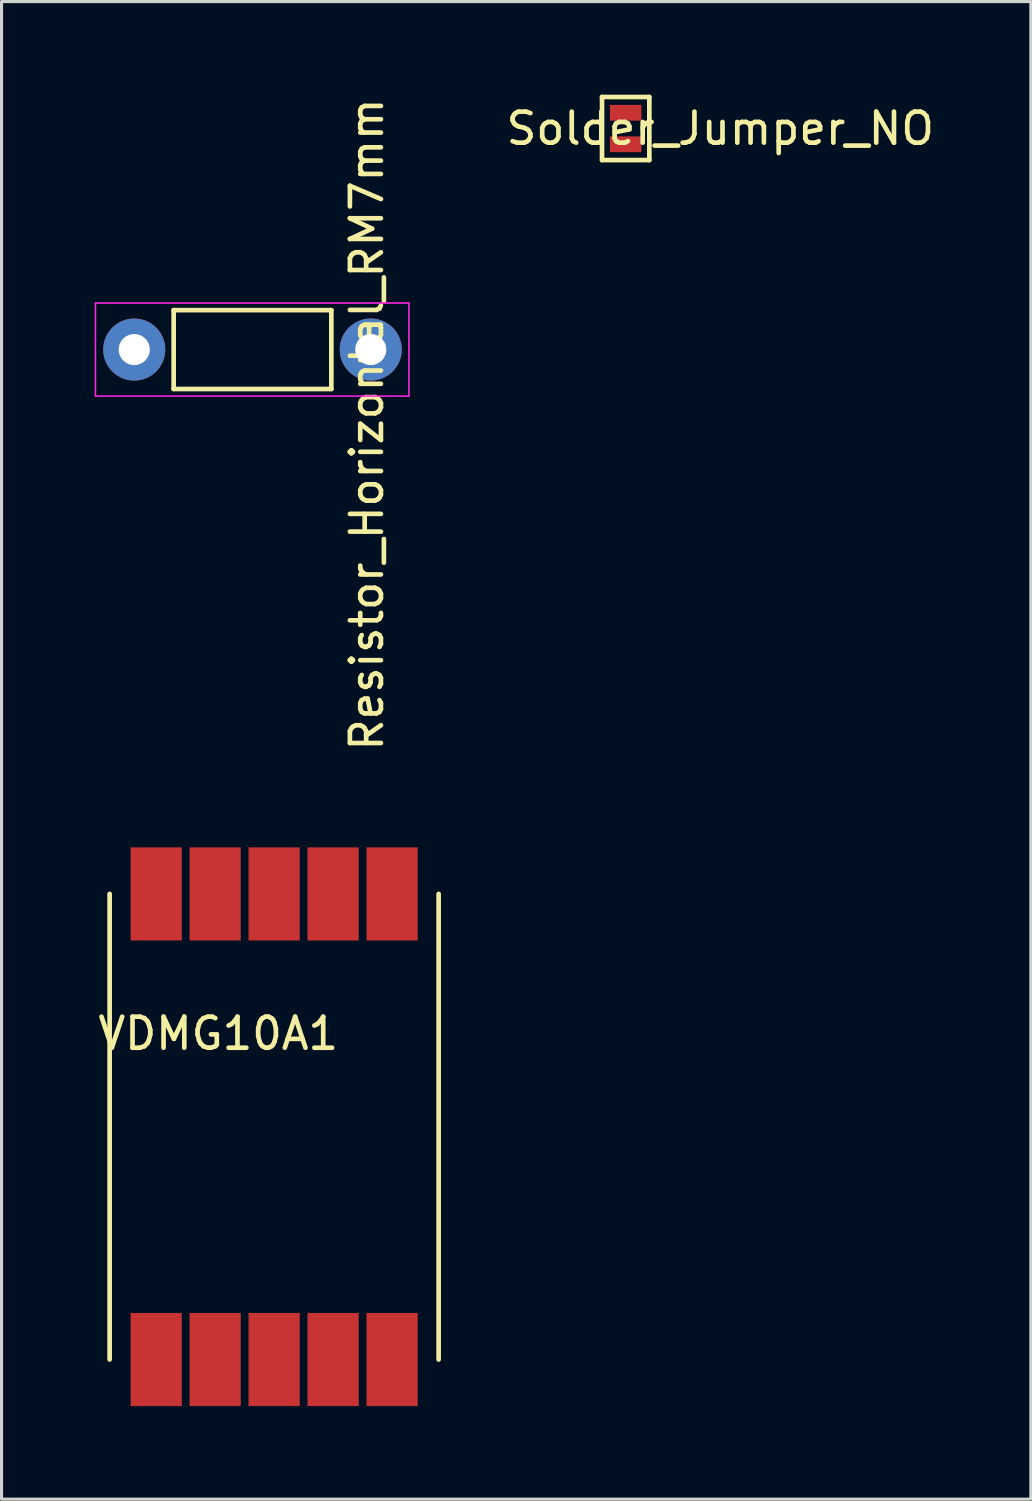
<source format=kicad_pcb>
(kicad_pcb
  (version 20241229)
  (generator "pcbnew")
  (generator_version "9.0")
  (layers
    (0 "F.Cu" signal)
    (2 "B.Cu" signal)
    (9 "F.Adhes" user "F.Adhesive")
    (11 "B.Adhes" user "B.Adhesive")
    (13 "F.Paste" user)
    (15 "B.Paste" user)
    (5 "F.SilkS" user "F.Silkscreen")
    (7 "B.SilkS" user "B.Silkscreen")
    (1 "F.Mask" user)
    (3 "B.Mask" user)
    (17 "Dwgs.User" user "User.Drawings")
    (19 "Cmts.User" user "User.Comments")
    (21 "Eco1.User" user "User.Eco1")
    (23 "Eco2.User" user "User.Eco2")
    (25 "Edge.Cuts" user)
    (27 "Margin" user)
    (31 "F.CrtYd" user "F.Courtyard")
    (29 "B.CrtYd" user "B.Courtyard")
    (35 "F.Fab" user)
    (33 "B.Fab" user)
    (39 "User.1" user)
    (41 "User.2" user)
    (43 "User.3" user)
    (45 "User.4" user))
  (footprint "VDMG10A1"
    (layer "F.Cu")
    (at 5.682 33.05)
    (property "Reference" "VDMG10A1" (at -1.7 -2.8 0) (layer "F.SilkS") (effects (font (size 1 1) (thickness 0.15))))
    (attr through_hole)
    (fp_line (start -5.2 7.7) (end -5.2 -7.3) (stroke (width 0.15) (type solid)) (layer "F.SilkS"))
    (fp_line (start 5.4 -7.3) (end 5.4 7.7) (stroke (width 0.15) (type solid)) (layer "F.SilkS"))
    (pad "1" smd rect (at -3.7 7.7) (size 1.65 3) (layers "F.Cu" "F.Mask" "F.Paste"))
    (pad "2" smd rect (at -1.8 7.7) (size 1.65 3) (layers "F.Cu" "F.Mask" "F.Paste"))
    (pad "3" smd rect (at 0.1 7.7) (size 1.65 3) (layers "F.Cu" "F.Mask" "F.Paste"))
    (pad "4" smd rect (at 2 7.7) (size 1.65 3) (layers "F.Cu" "F.Mask" "F.Paste"))
    (pad "5" smd rect (at 3.9 7.7) (size 1.65 3) (layers "F.Cu" "F.Mask" "F.Paste"))
    (pad "6" smd rect (at 3.9 -7.3) (size 1.65 3) (layers "F.Cu" "F.Mask" "F.Paste"))
    (pad "7" smd rect (at 2 -7.3) (size 1.65 3) (layers "F.Cu" "F.Mask" "F.Paste"))
    (pad "8" smd rect (at 0.1 -7.3) (size 1.65 3) (layers "F.Cu" "F.Mask" "F.Paste"))
    (pad "9" smd rect (at -1.8 -7.3) (size 1.65 3) (layers "F.Cu" "F.Mask" "F.Paste"))
    (pad "10" smd rect (at -3.7 -7.3) (size 1.65 3) (layers "F.Cu" "F.Mask" "F.Paste")))
  (footprint "Resistor_Horizontal_RM7mm"
    (layer "F.Cu")
    (at 1.275 8.212)
    (property "Reference" "Resistor_Horizontal_RM7mm" (at 7.493 2.413 270) (layer "F.SilkS") (effects (font (size 1 1) (thickness 0.15))))
    (attr through_hole)
    (fp_line (start 1.27 -1.27) (end 6.35 -1.27) (stroke (width 0.15) (type solid)) (layer "F.SilkS"))
    (fp_line (start 1.27 1.27) (end 1.27 -1.27) (stroke (width 0.15) (type solid)) (layer "F.SilkS"))
    (fp_line (start 6.35 -1.27) (end 6.35 1.27) (stroke (width 0.15) (type solid)) (layer "F.SilkS"))
    (fp_line (start 6.35 1.27) (end 1.27 1.27) (stroke (width 0.15) (type solid)) (layer "F.SilkS"))
    (fp_line (start -1.25 -1.5) (end 8.85 -1.5) (stroke (width 0.05) (type solid)) (layer "F.CrtYd"))
    (fp_line (start -1.25 1.5) (end -1.25 -1.5) (stroke (width 0.05) (type solid)) (layer "F.CrtYd"))
    (fp_line (start -1.25 1.5) (end 8.85 1.5) (stroke (width 0.05) (type solid)) (layer "F.CrtYd"))
    (fp_line (start 8.85 -1.5) (end 8.85 1.5) (stroke (width 0.05) (type solid)) (layer "F.CrtYd"))
    (pad "1" thru_hole circle (at 0 0) (size 1.999 1.999) (drill 1.001) (layers "*.Cu" "*.Mask"))
    (pad "2" thru_hole circle (at 7.62 0) (size 1.999 1.999) (drill 1.001) (layers "*.Cu" "*.Mask")))
  (footprint "Solder_Jumper_NO"
    (layer "F.Cu")
    (at 17.108 1.091)
    (property "Reference" "Solder_Jumper_NO" (at 3.048 0 0) (layer "F.SilkS") (effects (font (size 1 1) (thickness 0.15))))
    (attr through_hole)
    (fp_line (start -0.635 -0.127) (end -0.635 0.127) (stroke (width 0.15) (type solid)) (layer "F.Mask"))
    (fp_line (start -0.508 0) (end 0.508 0) (stroke (width 0.15) (type solid)) (layer "F.Mask"))
    (fp_line (start 0.635 -0.127) (end 0.635 0.127) (stroke (width 0.15) (type solid)) (layer "F.Mask"))
    (fp_line (start -0.762 -1.016) (end 0.762 -1.016) (stroke (width 0.15) (type solid)) (layer "F.SilkS"))
    (fp_line (start -0.762 1.016) (end -0.762 -1.016) (stroke (width 0.15) (type solid)) (layer "F.SilkS"))
    (fp_line (start 0.762 -1.016) (end 0.762 1.016) (stroke (width 0.15) (type solid)) (layer "F.SilkS"))
    (fp_line (start 0.762 1.016) (end -0.762 1.016) (stroke (width 0.15) (type solid)) (layer "F.SilkS"))
    (pad "1" smd rect (at 0 -0.508) (size 1.016 0.508) (layers "F.Cu" "F.Mask" "F.Paste"))
    (pad "2" smd rect (at 0 0.508) (size 1.016 0.508) (layers "F.Cu" "F.Mask" "F.Paste")))
  (gr_rect
    (start -3 -3)
    (end 30.162 45.25)
    (stroke (width 0.1) (type default))
    (fill no)
    (layer "Edge.Cuts")))
</source>
